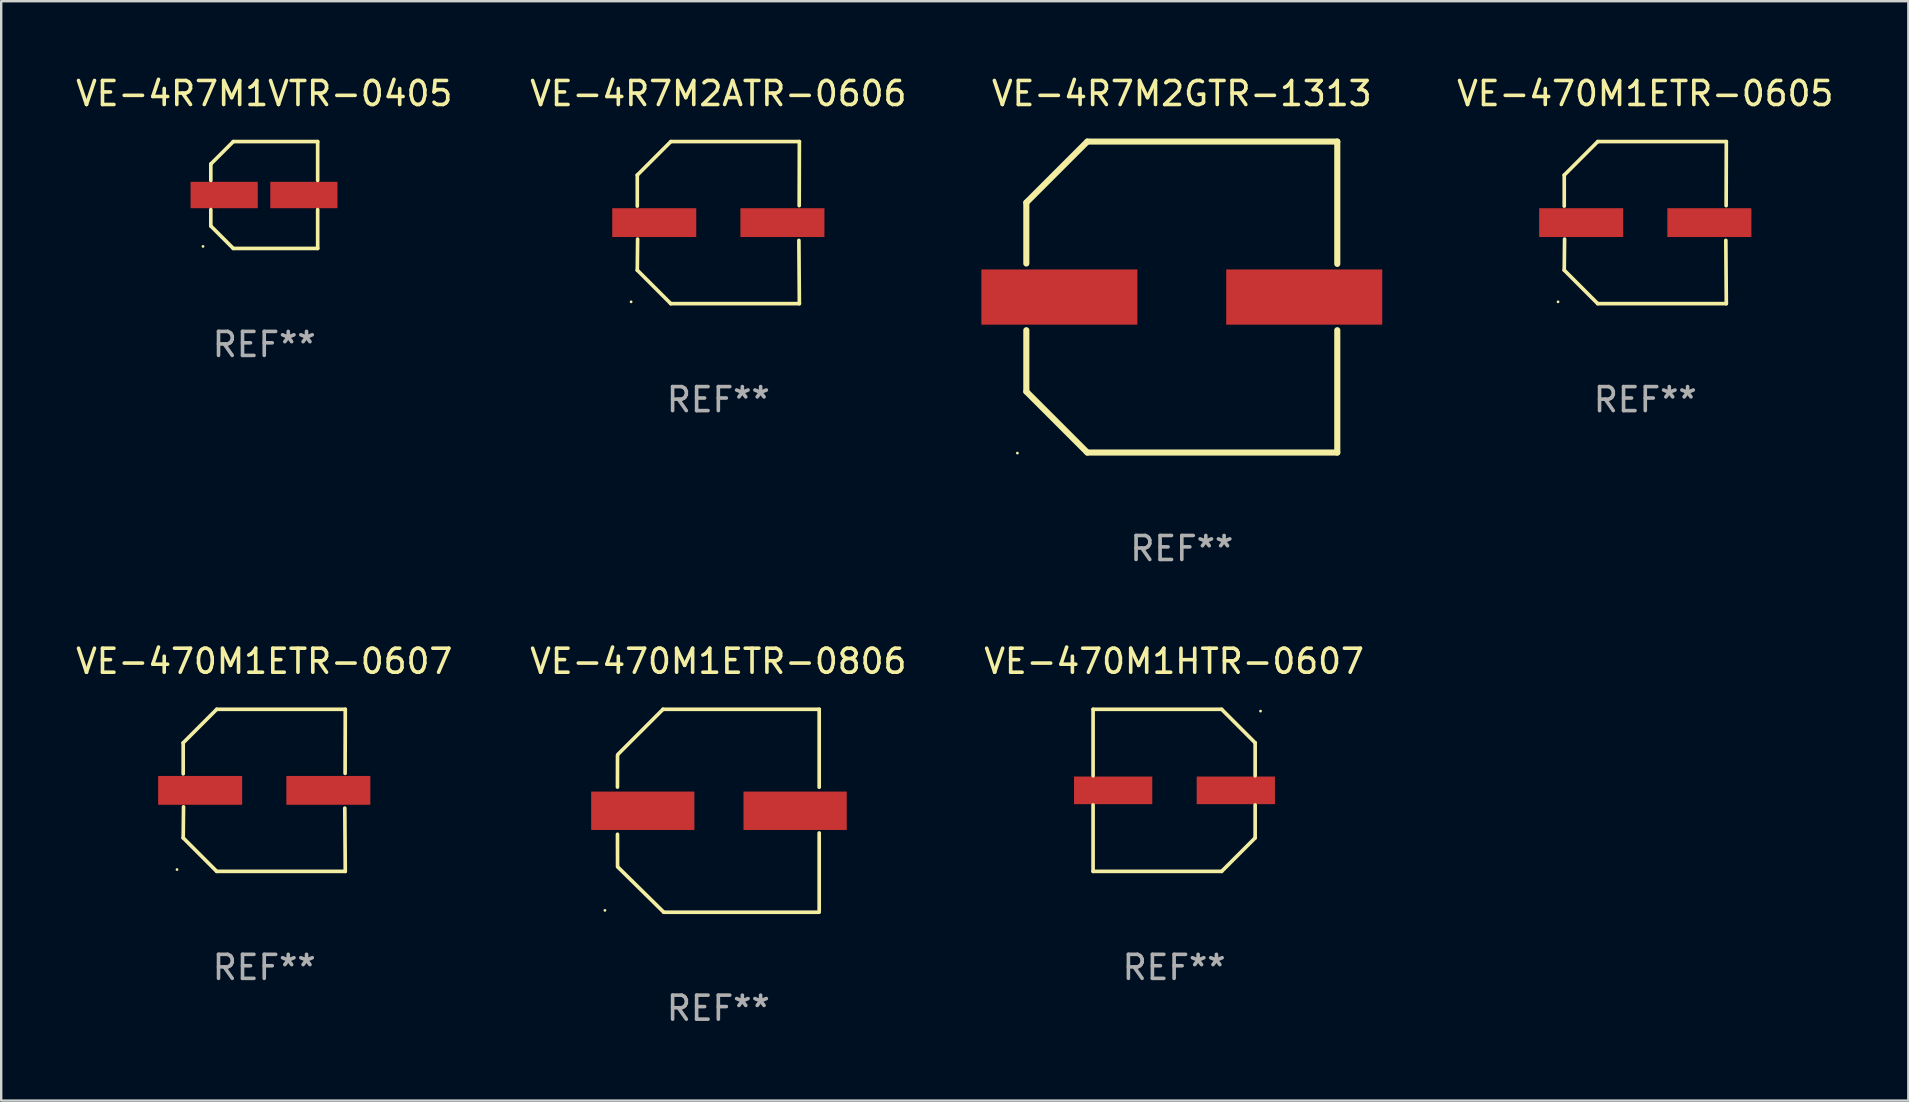
<source format=kicad_pcb>
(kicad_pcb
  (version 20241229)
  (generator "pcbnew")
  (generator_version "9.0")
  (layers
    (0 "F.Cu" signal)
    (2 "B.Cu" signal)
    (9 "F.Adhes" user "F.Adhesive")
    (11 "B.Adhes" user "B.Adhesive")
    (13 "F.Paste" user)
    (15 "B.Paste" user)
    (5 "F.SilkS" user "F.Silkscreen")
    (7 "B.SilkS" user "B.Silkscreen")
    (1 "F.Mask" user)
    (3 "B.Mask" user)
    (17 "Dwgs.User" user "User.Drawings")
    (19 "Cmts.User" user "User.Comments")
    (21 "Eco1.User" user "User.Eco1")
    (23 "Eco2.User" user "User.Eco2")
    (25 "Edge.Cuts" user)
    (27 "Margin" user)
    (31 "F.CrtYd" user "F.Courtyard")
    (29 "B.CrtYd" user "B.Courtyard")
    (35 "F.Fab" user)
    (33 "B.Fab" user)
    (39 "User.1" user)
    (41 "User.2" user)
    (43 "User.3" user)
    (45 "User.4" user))
  (footprint "VE-4R7M2GTR-1313"
    (layer "F.Cu")
    (at 46.183 9.325)
    (property "Reference" "VE-4R7M2GTR-1313" (at 0 -8.477 0) (layer "F.SilkS") (effects (font (size 1 1) (thickness 0.15))))
    (attr through_hole)
    (fp_line (start -6.477 -3.937) (end -6.477 -1.397) (stroke (width 0.254) (type solid)) (layer "F.SilkS"))
    (fp_line (start -6.477 1.381) (end -6.477 3.937) (stroke (width 0.254) (type solid)) (layer "F.SilkS"))
    (fp_line (start -6.477 3.937) (end -3.937 6.477) (stroke (width 0.254) (type solid)) (layer "F.SilkS"))
    (fp_line (start -3.937 -6.477) (end -6.477 -3.937) (stroke (width 0.254) (type solid)) (layer "F.SilkS"))
    (fp_line (start -3.937 6.477) (end 6.477 6.477) (stroke (width 0.254) (type solid)) (layer "F.SilkS"))
    (fp_line (start 6.477 -6.477) (end -3.937 -6.477) (stroke (width 0.254) (type solid)) (layer "F.SilkS"))
    (fp_line (start 6.477 -1.381) (end 6.477 -6.477) (stroke (width 0.254) (type solid)) (layer "F.SilkS"))
    (fp_line (start 6.477 6.477) (end 6.477 1.381) (stroke (width 0.254) (type solid)) (layer "F.SilkS"))
    (fp_circle (center -6.85 6.5) (end -6.82 6.5) (stroke (width 0.06) (type solid)) (fill no) (layer "F.SilkS"))
    (fp_text user "REF**" (at 0 10.477 0) (layer "F.Fab") (effects (font (size 1 1) (thickness 0.15))))
    (pad "1" smd rect (at -5.1 0) (size 6.5 2.3) (layers "F.Cu" "F.Mask" "F.Paste"))
    (pad "2" smd rect (at 5.1 0) (size 6.5 2.3) (layers "F.Cu" "F.Mask" "F.Paste")))
  (footprint "VE-470M1HTR-0607"
    (layer "F.Cu")
    (at 45.863 29.875)
    (property "Reference" "VE-470M1HTR-0607" (at 0 -5.376 0) (layer "F.SilkS") (effects (font (size 1 1) (thickness 0.15))))
    (attr through_hole)
    (fp_line (start -3.376 -3.376) (end 1.98 -3.376) (stroke (width 0.152) (type solid)) (layer "F.SilkS"))
    (fp_line (start -3.376 -0.607) (end -3.376 -3.376) (stroke (width 0.152) (type solid)) (layer "F.SilkS"))
    (fp_line (start -3.376 0.607) (end -3.376 3.376) (stroke (width 0.152) (type solid)) (layer "F.SilkS"))
    (fp_line (start -3.376 3.376) (end 1.98 3.376) (stroke (width 0.152) (type solid)) (layer "F.SilkS"))
    (fp_line (start 1.98 -3.376) (end 3.376 -1.98) (stroke (width 0.152) (type solid)) (layer "F.SilkS"))
    (fp_line (start 1.98 3.376) (end 3.376 1.98) (stroke (width 0.152) (type solid)) (layer "F.SilkS"))
    (fp_line (start 3.376 -1.98) (end 3.376 -0.607) (stroke (width 0.152) (type solid)) (layer "F.SilkS"))
    (fp_line (start 3.376 1.98) (end 3.376 0.607) (stroke (width 0.152) (type solid)) (layer "F.SilkS"))
    (fp_circle (center 3.6 -3.3) (end 3.63 -3.3) (stroke (width 0.06) (type solid)) (fill no) (layer "F.SilkS"))
    (fp_text user "REF**" (at 0 7.376 0) (layer "F.Fab") (effects (font (size 1 1) (thickness 0.15))))
    (pad "1" smd rect (at 2.57 0 180) (size 3.26 1.15) (layers "F.Cu" "F.Mask" "F.Paste"))
    (pad "2" smd rect (at -2.54 0 180) (size 3.26 1.15) (layers "F.Cu" "F.Mask" "F.Paste")))
  (footprint "VE-470M1ETR-0607"
    (layer "F.Cu")
    (at 7.958 29.875)
    (property "Reference" "VE-470M1ETR-0607" (at 0 -5.376 0) (layer "F.SilkS") (effects (font (size 1 1) (thickness 0.15))))
    (attr through_hole)
    (fp_line (start -3.376 -1.98) (end -3.376 -0.686) (stroke (width 0.152) (type solid)) (layer "F.SilkS"))
    (fp_line (start -3.376 1.981) (end -3.362 0.686) (stroke (width 0.152) (type solid)) (layer "F.SilkS"))
    (fp_line (start -1.981 3.376) (end -3.376 1.981) (stroke (width 0.152) (type solid)) (layer "F.SilkS"))
    (fp_line (start -1.98 -3.376) (end -3.376 -1.98) (stroke (width 0.152) (type solid)) (layer "F.SilkS"))
    (fp_line (start 3.356 0.74) (end 3.376 3.376) (stroke (width 0.152) (type solid)) (layer "F.SilkS"))
    (fp_line (start 3.369 -0.707) (end 3.376 -3.376) (stroke (width 0.152) (type solid)) (layer "F.SilkS"))
    (fp_line (start 3.376 3.376) (end -1.981 3.376) (stroke (width 0.152) (type solid)) (layer "F.SilkS"))
    (fp_line (start 3.376 -3.376) (end -1.98 -3.376) (stroke (width 0.152) (type solid)) (layer "F.SilkS"))
    (fp_circle (center -3.634 3.3) (end -3.604 3.3) (stroke (width 0.06) (type solid)) (fill no) (layer "F.SilkS"))
    (fp_text user "REF**" (at 0 7.376 0) (layer "F.Fab") (effects (font (size 1 1) (thickness 0.15))))
    (pad "1" smd rect (at -2.67 0.000254) (size 3.5 1.2) (layers "F.Cu" "F.Mask" "F.Paste"))
    (pad "2" smd rect (at 2.67 0.000254) (size 3.5 1.2) (layers "F.Cu" "F.Mask" "F.Paste")))
  (footprint "VE-470M1ETR-0806"
    (layer "F.Cu")
    (at 26.875 30.725)
    (property "Reference" "VE-470M1ETR-0806" (at 0 -6.227 0) (layer "F.SilkS") (effects (font (size 1 1) (thickness 0.15))))
    (attr through_hole)
    (fp_line (start -4.202 -0.985) (end -4.2 -2.313) (stroke (width 0.152) (type solid)) (layer "F.SilkS"))
    (fp_line (start -4.198 2.327) (end -4.201 0.98) (stroke (width 0.152) (type solid)) (layer "F.SilkS"))
    (fp_line (start -2.304 -4.227) (end -4.174 -2.358) (stroke (width 0.152) (type solid)) (layer "F.SilkS"))
    (fp_line (start -2.274 4.227) (end -4.174 2.357) (stroke (width 0.152) (type solid)) (layer "F.SilkS"))
    (fp_line (start 4.202 -4.226) (end -2.304 -4.227) (stroke (width 0.152) (type solid)) (layer "F.SilkS"))
    (fp_line (start 4.202 -4.226) (end 4.202 -0.98) (stroke (width 0.152) (type solid)) (layer "F.SilkS"))
    (fp_line (start 4.202 0.926) (end 4.202 4.172) (stroke (width 0.152) (type solid)) (layer "F.SilkS"))
    (fp_line (start 4.202 4.227) (end -2.274 4.227) (stroke (width 0.152) (type solid)) (layer "F.SilkS"))
    (fp_circle (center -4.724 4.15) (end -4.694 4.15) (stroke (width 0.06) (type solid)) (fill no) (layer "F.SilkS"))
    (fp_text user "REF**" (at 0 8.227 0) (layer "F.Fab") (effects (font (size 1 1) (thickness 0.15))))
    (pad "1" smd rect (at -3.147 0.000292) (size 4.3 1.6) (layers "F.Cu" "F.Mask" "F.Paste"))
    (pad "2" smd rect (at 3.199 0.000292) (size 4.3 1.6) (layers "F.Cu" "F.Mask" "F.Paste")))
  (footprint "VE-4R7M2ATR-0606"
    (layer "F.Cu")
    (at 26.875 6.224)
    (property "Reference" "VE-4R7M2ATR-0606" (at 0 -5.376 0) (layer "F.SilkS") (effects (font (size 1 1) (thickness 0.15))))
    (attr through_hole)
    (fp_line (start -3.376 -1.98) (end -3.376 -0.686) (stroke (width 0.152) (type solid)) (layer "F.SilkS"))
    (fp_line (start -3.376 1.981) (end -3.362 0.686) (stroke (width 0.152) (type solid)) (layer "F.SilkS"))
    (fp_line (start -1.981 3.376) (end -3.376 1.981) (stroke (width 0.152) (type solid)) (layer "F.SilkS"))
    (fp_line (start -1.98 -3.376) (end -3.376 -1.98) (stroke (width 0.152) (type solid)) (layer "F.SilkS"))
    (fp_line (start 3.356 0.74) (end 3.376 3.376) (stroke (width 0.152) (type solid)) (layer "F.SilkS"))
    (fp_line (start 3.369 -0.707) (end 3.376 -3.376) (stroke (width 0.152) (type solid)) (layer "F.SilkS"))
    (fp_line (start 3.376 3.376) (end -1.981 3.376) (stroke (width 0.152) (type solid)) (layer "F.SilkS"))
    (fp_line (start 3.376 -3.376) (end -1.98 -3.376) (stroke (width 0.152) (type solid)) (layer "F.SilkS"))
    (fp_circle (center -3.634 3.3) (end -3.604 3.3) (stroke (width 0.06) (type solid)) (fill no) (layer "F.SilkS"))
    (fp_text user "REF**" (at 0 7.376 0) (layer "F.Fab") (effects (font (size 1 1) (thickness 0.15))))
    (pad "1" smd rect (at -2.67 0.000254) (size 3.5 1.2) (layers "F.Cu" "F.Mask" "F.Paste"))
    (pad "2" smd rect (at 2.67 0.000254) (size 3.5 1.2) (layers "F.Cu" "F.Mask" "F.Paste")))
  (footprint "VE-4R7M1VTR-0405"
    (layer "F.Cu")
    (at 7.958 5.074)
    (property "Reference" "VE-4R7M1VTR-0405" (at 0 -4.226 0) (layer "F.SilkS") (effects (font (size 1 1) (thickness 0.15))))
    (attr through_hole)
    (fp_line (start -2.226 -1.29) (end -2.226 -0.607) (stroke (width 0.152) (type solid)) (layer "F.SilkS"))
    (fp_line (start -2.226 1.29) (end -2.226 0.607) (stroke (width 0.152) (type solid)) (layer "F.SilkS"))
    (fp_line (start -1.29 -2.226) (end -2.226 -1.29) (stroke (width 0.152) (type solid)) (layer "F.SilkS"))
    (fp_line (start -1.29 2.226) (end -2.226 1.29) (stroke (width 0.152) (type solid)) (layer "F.SilkS"))
    (fp_line (start 2.226 -2.226) (end -1.29 -2.226) (stroke (width 0.152) (type solid)) (layer "F.SilkS"))
    (fp_line (start 2.226 -0.607) (end 2.226 -2.226) (stroke (width 0.152) (type solid)) (layer "F.SilkS"))
    (fp_line (start 2.226 0.607) (end 2.226 2.226) (stroke (width 0.152) (type solid)) (layer "F.SilkS"))
    (fp_line (start 2.226 2.226) (end -1.29 2.226) (stroke (width 0.152) (type solid)) (layer "F.SilkS"))
    (fp_circle (center -2.551 2.141) (end -2.521 2.141) (stroke (width 0.06) (type solid)) (fill no) (layer "F.SilkS"))
    (fp_text user "REF**" (at 0 6.226 0) (layer "F.Fab") (effects (font (size 1 1) (thickness 0.15))))
    (pad "1" smd rect (at -1.67 -0.000025) (size 2.8 1.1) (layers "F.Cu" "F.Mask" "F.Paste"))
    (pad "2" smd rect (at 1.651 -0.000025) (size 2.8 1.1) (layers "F.Cu" "F.Mask" "F.Paste")))
  (footprint "VE-470M1ETR-0605"
    (layer "F.Cu")
    (at 65.491 6.224)
    (property "Reference" "VE-470M1ETR-0605" (at 0 -5.376 0) (layer "F.SilkS") (effects (font (size 1 1) (thickness 0.15))))
    (attr through_hole)
    (fp_line (start -3.376 -1.98) (end -3.376 -0.686) (stroke (width 0.152) (type solid)) (layer "F.SilkS"))
    (fp_line (start -3.376 1.981) (end -3.362 0.686) (stroke (width 0.152) (type solid)) (layer "F.SilkS"))
    (fp_line (start -1.981 3.376) (end -3.376 1.981) (stroke (width 0.152) (type solid)) (layer "F.SilkS"))
    (fp_line (start -1.98 -3.376) (end -3.376 -1.98) (stroke (width 0.152) (type solid)) (layer "F.SilkS"))
    (fp_line (start 3.356 0.74) (end 3.376 3.376) (stroke (width 0.152) (type solid)) (layer "F.SilkS"))
    (fp_line (start 3.369 -0.707) (end 3.376 -3.376) (stroke (width 0.152) (type solid)) (layer "F.SilkS"))
    (fp_line (start 3.376 3.376) (end -1.981 3.376) (stroke (width 0.152) (type solid)) (layer "F.SilkS"))
    (fp_line (start 3.376 -3.376) (end -1.98 -3.376) (stroke (width 0.152) (type solid)) (layer "F.SilkS"))
    (fp_circle (center -3.634 3.3) (end -3.604 3.3) (stroke (width 0.06) (type solid)) (fill no) (layer "F.SilkS"))
    (fp_text user "REF**" (at 0 7.376 0) (layer "F.Fab") (effects (font (size 1 1) (thickness 0.15))))
    (pad "1" smd rect (at -2.67 0.000254) (size 3.5 1.2) (layers "F.Cu" "F.Mask" "F.Paste"))
    (pad "2" smd rect (at 2.67 0.000254) (size 3.5 1.2) (layers "F.Cu" "F.Mask" "F.Paste")))
  (gr_rect
    (start -3 -3)
    (end 76.45 42.8)
    (stroke (width 0.1) (type default))
    (fill no)
    (layer "Edge.Cuts")))
</source>
